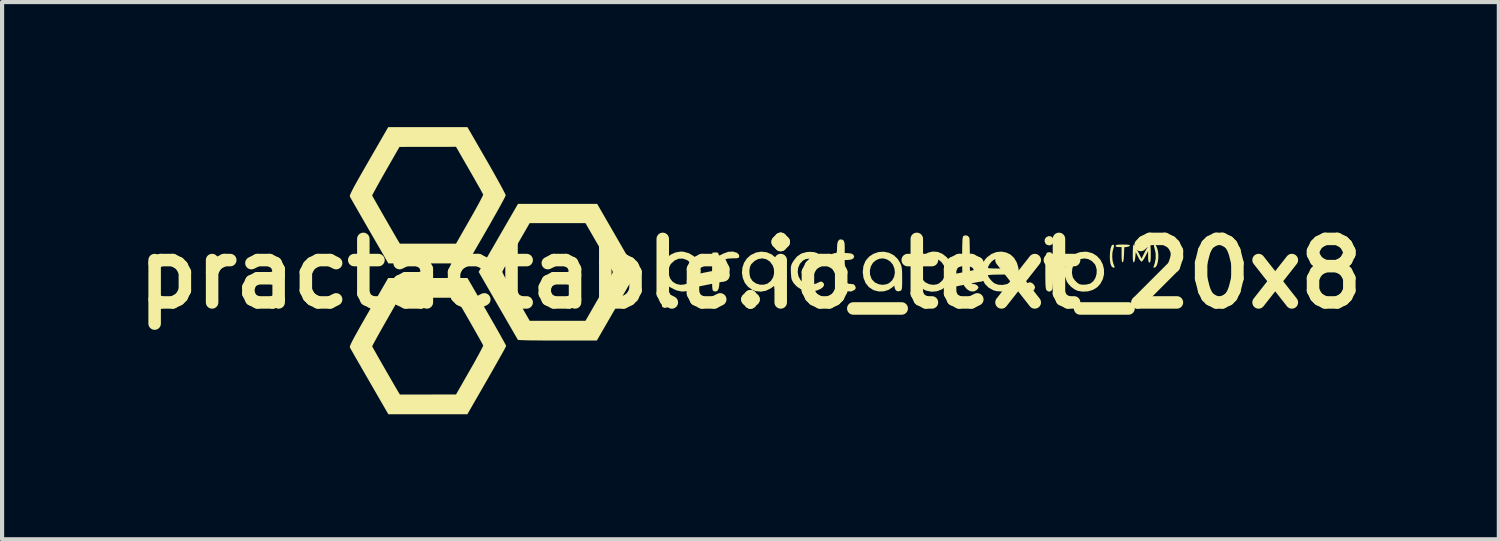
<source format=kicad_pcb>
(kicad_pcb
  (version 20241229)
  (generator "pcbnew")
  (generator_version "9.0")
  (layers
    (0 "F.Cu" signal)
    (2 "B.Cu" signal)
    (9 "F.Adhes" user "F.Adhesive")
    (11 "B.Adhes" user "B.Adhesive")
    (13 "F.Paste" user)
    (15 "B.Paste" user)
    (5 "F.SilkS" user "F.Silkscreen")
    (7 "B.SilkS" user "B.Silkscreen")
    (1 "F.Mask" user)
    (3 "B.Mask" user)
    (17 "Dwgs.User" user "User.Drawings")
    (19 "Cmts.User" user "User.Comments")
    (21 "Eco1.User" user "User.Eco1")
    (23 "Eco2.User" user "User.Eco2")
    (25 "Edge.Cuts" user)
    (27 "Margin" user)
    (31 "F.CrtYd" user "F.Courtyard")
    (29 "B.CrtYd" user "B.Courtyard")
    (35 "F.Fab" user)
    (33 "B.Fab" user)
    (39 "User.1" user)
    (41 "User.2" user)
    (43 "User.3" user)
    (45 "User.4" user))
  (footprint "practactable.io_text_20x8"
    (layer "F.Cu")
    (at 14.957 3.517)
    (property "Reference" "practactable.io_text_20x8" (at 0 0 0) (layer "F.SilkS") (effects (font (size 1.524 1.524) (thickness 0.3))))
    (attr board_only exclude_from_pos_files exclude_from_bom)
    (fp_poly (pts (xy 7.21 -0.894) (xy 7.247 -0.867) (xy 7.276 -0.81) (xy 7.273 -0.752) (xy 7.241 -0.705) (xy 7.186 -0.68) (xy 7.168 -0.679) (xy 7.115 -0.692) (xy 7.087 -0.711) (xy 7.058 -0.766) (xy 7.062 -0.827) (xy 7.092 -0.871) (xy 7.151 -0.902)) (stroke (width 0) (type solid)) (fill yes) (layer "F.SilkS"))
    (fp_poly (pts (xy 6.756 0.223) (xy 6.802 0.265) (xy 6.827 0.316) (xy 6.828 0.329) (xy 6.81 0.382) (xy 6.767 0.427) (xy 6.712 0.451) (xy 6.698 0.452) (xy 6.646 0.438) (xy 6.615 0.415) (xy 6.588 0.367) (xy 6.581 0.333) (xy 6.599 0.279) (xy 6.64 0.232) (xy 6.692 0.207) (xy 6.705 0.206)) (stroke (width 0) (type solid)) (fill yes) (layer "F.SilkS"))
    (fp_poly (pts (xy 8.724 -0.671) (xy 8.715 -0.623) (xy 8.709 -0.607) (xy 8.687 -0.52) (xy 8.68 -0.414) (xy 8.689 -0.31) (xy 8.71 -0.233) (xy 8.732 -0.179) (xy 8.738 -0.153) (xy 8.729 -0.145) (xy 8.711 -0.144) (xy 8.679 -0.16) (xy 8.657 -0.189) (xy 8.636 -0.25) (xy 8.625 -0.332) (xy 8.623 -0.425) (xy 8.628 -0.519) (xy 8.641 -0.601) (xy 8.661 -0.663) (xy 8.682 -0.691) (xy 8.712 -0.696)) (stroke (width 0) (type solid)) (fill yes) (layer "F.SilkS"))
    (fp_poly (pts (xy 9.725 -0.682) (xy 9.747 -0.639) (xy 9.757 -0.617) (xy 9.778 -0.537) (xy 9.787 -0.446) (xy 9.784 -0.353) (xy 9.771 -0.267) (xy 9.749 -0.198) (xy 9.718 -0.156) (xy 9.701 -0.148) (xy 9.671 -0.145) (xy 9.667 -0.148) (xy 9.673 -0.169) (xy 9.689 -0.216) (xy 9.697 -0.237) (xy 9.723 -0.36) (xy 9.722 -0.492) (xy 9.699 -0.592) (xy 9.681 -0.656) (xy 9.686 -0.69) (xy 9.709 -0.699)) (stroke (width 0) (type solid)) (fill yes) (layer "F.SilkS"))
    (fp_poly (pts (xy 9.028 -0.698) (xy 9.082 -0.692) (xy 9.105 -0.682) (xy 9.106 -0.674) (xy 9.082 -0.654) (xy 9.035 -0.642) (xy 9.033 -0.641) (xy 8.969 -0.635) (xy 8.963 -0.458) (xy 8.956 -0.356) (xy 8.945 -0.294) (xy 8.931 -0.272) (xy 8.918 -0.279) (xy 8.91 -0.313) (xy 8.906 -0.378) (xy 8.905 -0.451) (xy 8.905 -0.638) (xy 8.833 -0.638) (xy 8.78 -0.644) (xy 8.762 -0.666) (xy 8.761 -0.668) (xy 8.769 -0.684) (xy 8.796 -0.693) (xy 8.85 -0.698) (xy 8.937 -0.699) (xy 8.938 -0.699)) (stroke (width 0) (type solid)) (fill yes) (layer "F.SilkS"))
    (fp_poly (pts (xy 7.197 -0.512) (xy 7.22 -0.502) (xy 7.236 -0.479) (xy 7.248 -0.438) (xy 7.255 -0.375) (xy 7.258 -0.284) (xy 7.26 -0.16) (xy 7.26 -0.049) (xy 7.26 0.096) (xy 7.258 0.205) (xy 7.255 0.284) (xy 7.25 0.338) (xy 7.243 0.373) (xy 7.233 0.394) (xy 7.228 0.4) (xy 7.19 0.426) (xy 7.168 0.432) (xy 7.131 0.418) (xy 7.107 0.4) (xy 7.096 0.383) (xy 7.088 0.354) (xy 7.082 0.308) (xy 7.078 0.24) (xy 7.076 0.143) (xy 7.075 0.013) (xy 7.075 -0.049) (xy 7.075 -0.199) (xy 7.077 -0.313) (xy 7.082 -0.395) (xy 7.09 -0.452) (xy 7.103 -0.487) (xy 7.121 -0.506) (xy 7.145 -0.513) (xy 7.168 -0.514)) (stroke (width 0) (type solid)) (fill yes) (layer "F.SilkS"))
    (fp_poly (pts (xy -0.328 -0.503) (xy -0.284 -0.467) (xy -0.267 -0.424) (xy -0.281 -0.387) (xy -0.291 -0.378) (xy -0.324 -0.371) (xy -0.383 -0.368) (xy -0.433 -0.368) (xy -0.541 -0.362) (xy -0.632 -0.338) (xy -0.696 -0.298) (xy -0.718 -0.27) (xy -0.727 -0.234) (xy -0.734 -0.164) (xy -0.739 -0.07) (xy -0.741 0.04) (xy -0.741 0.045) (xy -0.743 0.182) (xy -0.75 0.284) (xy -0.763 0.354) (xy -0.784 0.399) (xy -0.813 0.422) (xy -0.835 0.428) (xy -0.881 0.42) (xy -0.902 0.405) (xy -0.911 0.379) (xy -0.917 0.326) (xy -0.921 0.241) (xy -0.922 0.122) (xy -0.921 -0.034) (xy -0.921 -0.064) (xy -0.915 -0.504) (xy -0.847 -0.51) (xy -0.797 -0.51) (xy -0.773 -0.491) (xy -0.767 -0.474) (xy -0.757 -0.441) (xy -0.753 -0.432) (xy -0.735 -0.44) (xy -0.691 -0.462) (xy -0.65 -0.483) (xy -0.533 -0.525) (xy -0.423 -0.531)) (stroke (width 0) (type solid)) (fill yes) (layer "F.SilkS"))
    (fp_poly (pts (xy 5.21 -0.909) (xy 5.247 -0.873) (xy 5.252 -0.859) (xy 5.256 -0.826) (xy 5.259 -0.758) (xy 5.261 -0.662) (xy 5.263 -0.543) (xy 5.265 -0.408) (xy 5.265 -0.307) (xy 5.265 -0.142) (xy 5.267 -0.013) (xy 5.27 0.083) (xy 5.276 0.152) (xy 5.285 0.199) (xy 5.299 0.227) (xy 5.317 0.241) (xy 5.341 0.246) (xy 5.36 0.247) (xy 5.408 0.26) (xy 5.45 0.291) (xy 5.471 0.327) (xy 5.471 0.331) (xy 5.458 0.358) (xy 5.43 0.391) (xy 5.367 0.426) (xy 5.29 0.424) (xy 5.255 0.412) (xy 5.194 0.371) (xy 5.137 0.306) (xy 5.102 0.24) (xy 5.095 0.2) (xy 5.089 0.123) (xy 5.084 0.012) (xy 5.081 -0.129) (xy 5.08 -0.296) (xy 5.08 -0.348) (xy 5.08 -0.514) (xy 5.081 -0.643) (xy 5.084 -0.741) (xy 5.087 -0.811) (xy 5.092 -0.858) (xy 5.099 -0.887) (xy 5.109 -0.903) (xy 5.111 -0.905) (xy 5.158 -0.921)) (stroke (width 0) (type solid)) (fill yes) (layer "F.SilkS"))
    (fp_poly (pts (xy 9.591 -0.688) (xy 9.599 -0.651) (xy 9.603 -0.582) (xy 9.605 -0.483) (xy 9.604 -0.385) (xy 9.6 -0.321) (xy 9.593 -0.284) (xy 9.582 -0.269) (xy 9.574 -0.267) (xy 9.557 -0.276) (xy 9.547 -0.308) (xy 9.542 -0.37) (xy 9.542 -0.406) (xy 9.541 -0.545) (xy 9.476 -0.416) (xy 9.44 -0.353) (xy 9.407 -0.307) (xy 9.385 -0.288) (xy 9.384 -0.288) (xy 9.362 -0.305) (xy 9.33 -0.35) (xy 9.301 -0.403) (xy 9.245 -0.519) (xy 9.234 -0.4) (xy 9.224 -0.33) (xy 9.21 -0.285) (xy 9.199 -0.272) (xy 9.186 -0.279) (xy 9.179 -0.311) (xy 9.174 -0.373) (xy 9.173 -0.471) (xy 9.173 -0.482) (xy 9.175 -0.579) (xy 9.18 -0.652) (xy 9.188 -0.692) (xy 9.193 -0.699) (xy 9.211 -0.682) (xy 9.241 -0.636) (xy 9.278 -0.569) (xy 9.299 -0.53) (xy 9.384 -0.36) (xy 9.468 -0.53) (xy 9.508 -0.604) (xy 9.543 -0.662) (xy 9.57 -0.695) (xy 9.578 -0.699)) (stroke (width 0) (type solid)) (fill yes) (layer "F.SilkS"))
    (fp_poly (pts (xy 2.213 -0.814) (xy 2.242 -0.785) (xy 2.258 -0.729) (xy 2.262 -0.638) (xy 2.262 -0.633) (xy 2.262 -0.494) (xy 2.336 -0.494) (xy 2.417 -0.484) (xy 2.47 -0.455) (xy 2.489 -0.412) (xy 2.489 -0.411) (xy 2.47 -0.368) (xy 2.417 -0.339) (xy 2.336 -0.329) (xy 2.262 -0.329) (xy 2.262 -0.082) (xy 2.265 0.042) (xy 2.273 0.131) (xy 2.291 0.191) (xy 2.32 0.226) (xy 2.363 0.243) (xy 2.417 0.247) (xy 2.472 0.254) (xy 2.503 0.281) (xy 2.514 0.301) (xy 2.527 0.343) (xy 2.513 0.373) (xy 2.491 0.393) (xy 2.418 0.427) (xy 2.33 0.423) (xy 2.273 0.403) (xy 2.2 0.36) (xy 2.146 0.301) (xy 2.109 0.22) (xy 2.087 0.112) (xy 2.078 -0.029) (xy 2.077 -0.092) (xy 2.077 -0.329) (xy 2.027 -0.329) (xy 1.972 -0.343) (xy 1.935 -0.376) (xy 1.925 -0.419) (xy 1.928 -0.427) (xy 1.96 -0.475) (xy 2.018 -0.493) (xy 2.031 -0.493) (xy 2.057 -0.497) (xy 2.07 -0.513) (xy 2.076 -0.552) (xy 2.077 -0.618) (xy 2.083 -0.719) (xy 2.102 -0.784) (xy 2.135 -0.817) (xy 2.166 -0.823)) (stroke (width 0) (type solid)) (fill yes) (layer "F.SilkS"))
    (fp_poly (pts (xy 8.085 -0.524) (xy 8.21 -0.489) (xy 8.314 -0.423) (xy 8.396 -0.334) (xy 8.452 -0.227) (xy 8.482 -0.11) (xy 8.484 0.012) (xy 8.455 0.132) (xy 8.395 0.244) (xy 8.321 0.325) (xy 8.22 0.388) (xy 8.099 0.424) (xy 7.967 0.431) (xy 7.846 0.41) (xy 7.769 0.372) (xy 7.688 0.31) (xy 7.62 0.235) (xy 7.591 0.188) (xy 7.544 0.057) (xy 7.538 -0.019) (xy 7.714 -0.019) (xy 7.73 0.07) (xy 7.741 0.099) (xy 7.784 0.161) (xy 7.84 0.217) (xy 7.895 0.252) (xy 7.898 0.253) (xy 7.97 0.265) (xy 8.058 0.261) (xy 8.14 0.241) (xy 8.158 0.234) (xy 8.228 0.179) (xy 8.278 0.098) (xy 8.305 0.002) (xy 8.308 -0.098) (xy 8.282 -0.193) (xy 8.262 -0.228) (xy 8.189 -0.306) (xy 8.1 -0.352) (xy 8.004 -0.366) (xy 7.909 -0.348) (xy 7.824 -0.299) (xy 7.757 -0.219) (xy 7.749 -0.204) (xy 7.721 -0.117) (xy 7.714 -0.019) (xy 7.538 -0.019) (xy 7.534 -0.073) (xy 7.557 -0.196) (xy 7.609 -0.308) (xy 7.687 -0.402) (xy 7.787 -0.473) (xy 7.906 -0.517) (xy 8.039 -0.528)) (stroke (width 0) (type solid)) (fill yes) (layer "F.SilkS"))
    (fp_poly (pts (xy 1.517 -0.519) (xy 1.589 -0.499) (xy 1.652 -0.466) (xy 1.73 -0.41) (xy 1.774 -0.355) (xy 1.783 -0.305) (xy 1.769 -0.278) (xy 1.734 -0.251) (xy 1.69 -0.254) (xy 1.631 -0.287) (xy 1.61 -0.303) (xy 1.525 -0.346) (xy 1.427 -0.363) (xy 1.332 -0.351) (xy 1.261 -0.317) (xy 1.188 -0.24) (xy 1.145 -0.145) (xy 1.133 -0.042) (xy 1.151 0.06) (xy 1.2 0.152) (xy 1.273 0.221) (xy 1.367 0.26) (xy 1.473 0.265) (xy 1.579 0.236) (xy 1.608 0.222) (xy 1.666 0.194) (xy 1.705 0.19) (xy 1.724 0.198) (xy 1.762 0.238) (xy 1.764 0.282) (xy 1.736 0.326) (xy 1.68 0.367) (xy 1.603 0.4) (xy 1.509 0.422) (xy 1.465 0.426) (xy 1.384 0.43) (xy 1.324 0.423) (xy 1.267 0.403) (xy 1.214 0.376) (xy 1.112 0.308) (xy 1.039 0.229) (xy 1.007 0.178) (xy 0.987 0.131) (xy 0.977 0.072) (xy 0.971 -0.013) (xy 0.97 -0.027) (xy 0.968 -0.113) (xy 0.972 -0.173) (xy 0.985 -0.22) (xy 1.01 -0.27) (xy 1.032 -0.307) (xy 1.117 -0.413) (xy 1.222 -0.484) (xy 1.348 -0.519) (xy 1.429 -0.524)) (stroke (width 0) (type solid)) (fill yes) (layer "F.SilkS"))
    (fp_poly (pts (xy 0.387 -0.514) (xy 0.508 -0.463) (xy 0.615 -0.377) (xy 0.668 -0.312) (xy 0.73 -0.223) (xy 0.73 0.087) (xy 0.73 0.208) (xy 0.728 0.294) (xy 0.724 0.352) (xy 0.717 0.388) (xy 0.706 0.409) (xy 0.694 0.419) (xy 0.647 0.429) (xy 0.606 0.406) (xy 0.582 0.355) (xy 0.58 0.344) (xy 0.573 0.291) (xy 0.482 0.355) (xy 0.372 0.409) (xy 0.249 0.431) (xy 0.127 0.419) (xy 0.045 0.389) (xy -0.059 0.315) (xy -0.136 0.218) (xy -0.184 0.104) (xy -0.204 -0.018) (xy -0.2 -0.07) (xy -0.026 -0.07) (xy -0.021 0.023) (xy -0.001 0.101) (xy 0.052 0.178) (xy 0.13 0.233) (xy 0.225 0.263) (xy 0.324 0.264) (xy 0.411 0.237) (xy 0.491 0.174) (xy 0.544 0.087) (xy 0.568 -0.014) (xy 0.561 -0.121) (xy 0.531 -0.204) (xy 0.465 -0.292) (xy 0.382 -0.346) (xy 0.289 -0.367) (xy 0.192 -0.354) (xy 0.099 -0.306) (xy 0.016 -0.225) (xy 0.014 -0.222) (xy -0.014 -0.157) (xy -0.026 -0.07) (xy -0.2 -0.07) (xy -0.194 -0.142) (xy -0.155 -0.26) (xy -0.086 -0.365) (xy 0.004 -0.445) (xy 0.13 -0.507) (xy 0.259 -0.529)) (stroke (width 0) (type solid)) (fill yes) (layer "F.SilkS"))
    (fp_poly (pts (xy 3.328 -0.5) (xy 3.441 -0.441) (xy 3.534 -0.352) (xy 3.59 -0.261) (xy 3.611 -0.213) (xy 3.625 -0.166) (xy 3.634 -0.112) (xy 3.638 -0.04) (xy 3.64 0.059) (xy 3.64 0.118) (xy 3.64 0.228) (xy 3.638 0.305) (xy 3.633 0.355) (xy 3.625 0.385) (xy 3.613 0.402) (xy 3.598 0.412) (xy 3.538 0.425) (xy 3.49 0.403) (xy 3.462 0.348) (xy 3.462 0.347) (xy 3.45 0.286) (xy 3.406 0.327) (xy 3.311 0.39) (xy 3.197 0.424) (xy 3.076 0.427) (xy 2.96 0.397) (xy 2.95 0.393) (xy 2.842 0.323) (xy 2.762 0.224) (xy 2.712 0.101) (xy 2.694 -0.041) (xy 2.694 -0.041) (xy 2.699 -0.082) (xy 2.866 -0.082) (xy 2.869 0.022) (xy 2.904 0.119) (xy 2.914 0.137) (xy 2.984 0.209) (xy 3.075 0.253) (xy 3.177 0.268) (xy 3.277 0.25) (xy 3.325 0.227) (xy 3.401 0.16) (xy 3.447 0.073) (xy 3.465 -0.025) (xy 3.454 -0.124) (xy 3.417 -0.217) (xy 3.352 -0.294) (xy 3.276 -0.342) (xy 3.186 -0.367) (xy 3.1 -0.36) (xy 3.021 -0.328) (xy 2.944 -0.267) (xy 2.891 -0.182) (xy 2.866 -0.082) (xy 2.699 -0.082) (xy 2.711 -0.187) (xy 2.762 -0.31) (xy 2.847 -0.409) (xy 2.946 -0.475) (xy 3.074 -0.52) (xy 3.204 -0.527)) (stroke (width 0) (type solid)) (fill yes) (layer "F.SilkS"))
    (fp_poly (pts (xy -3.207 -0.859) (xy -2.736 -0.042) (xy -3.211 0.781) (xy -3.686 1.604) (xy -4.629 1.604) (xy -4.822 1.604) (xy -5.001 1.603) (xy -5.164 1.601) (xy -5.306 1.6) (xy -5.423 1.597) (xy -5.51 1.594) (xy -5.564 1.591) (xy -5.58 1.589) (xy -5.592 1.568) (xy -5.622 1.516) (xy -5.669 1.435) (xy -5.73 1.329) (xy -5.803 1.203) (xy -5.886 1.059) (xy -5.977 0.901) (xy -6.056 0.765) (xy -6.521 -0.042) (xy -5.954 -0.042) (xy -5.944 -0.017) (xy -5.916 0.04) (xy -5.872 0.122) (xy -5.814 0.227) (xy -5.746 0.349) (xy -5.669 0.484) (xy -5.625 0.561) (xy -5.296 1.131) (xy -4.628 1.131) (xy -3.959 1.131) (xy -3.631 0.561) (xy -3.551 0.422) (xy -3.478 0.292) (xy -3.414 0.178) (xy -3.363 0.083) (xy -3.326 0.012) (xy -3.305 -0.03) (xy -3.302 -0.04) (xy -3.312 -0.065) (xy -3.34 -0.121) (xy -3.384 -0.204) (xy -3.441 -0.308) (xy -3.509 -0.43) (xy -3.586 -0.565) (xy -3.63 -0.643) (xy -3.959 -1.213) (xy -4.628 -1.213) (xy -5.298 -1.213) (xy -5.626 -0.644) (xy -5.706 -0.504) (xy -5.779 -0.375) (xy -5.843 -0.26) (xy -5.894 -0.165) (xy -5.931 -0.094) (xy -5.951 -0.051) (xy -5.954 -0.042) (xy -6.521 -0.042) (xy -6.522 -0.042) (xy -6.05 -0.859) (xy -5.578 -1.676) (xy -3.679 -1.676)) (stroke (width 0) (type solid)) (fill yes) (layer "F.SilkS"))
    (fp_poly (pts (xy -1.609 -0.527) (xy -1.475 -0.49) (xy -1.361 -0.421) (xy -1.273 -0.325) (xy -1.216 -0.208) (xy -1.193 -0.074) (xy -1.193 -0.06) (xy -1.209 0.085) (xy -1.256 0.209) (xy -1.327 0.308) (xy -1.419 0.38) (xy -1.528 0.421) (xy -1.648 0.429) (xy -1.775 0.4) (xy -1.839 0.371) (xy -1.954 0.311) (xy -1.954 0.527) (xy -1.956 0.621) (xy -1.961 0.703) (xy -1.969 0.761) (xy -1.975 0.783) (xy -2.012 0.815) (xy -2.064 0.821) (xy -2.112 0.801) (xy -2.114 0.798) (xy -2.123 0.775) (xy -2.13 0.724) (xy -2.135 0.642) (xy -2.137 0.526) (xy -2.139 0.373) (xy -2.139 0.31) (xy -2.139 0.159) (xy -2.138 0.043) (xy -2.135 -0.043) (xy -2.134 -0.062) (xy -1.962 -0.062) (xy -1.955 0.032) (xy -1.928 0.116) (xy -1.926 0.119) (xy -1.864 0.196) (xy -1.779 0.246) (xy -1.681 0.268) (xy -1.58 0.258) (xy -1.505 0.226) (xy -1.445 0.17) (xy -1.395 0.089) (xy -1.364 -0.000009) (xy -1.358 -0.05) (xy -1.375 -0.144) (xy -1.424 -0.235) (xy -1.494 -0.308) (xy -1.524 -0.328) (xy -1.625 -0.363) (xy -1.725 -0.359) (xy -1.821 -0.317) (xy -1.907 -0.237) (xy -1.921 -0.219) (xy -1.951 -0.151) (xy -1.962 -0.062) (xy -2.134 -0.062) (xy -2.131 -0.108) (xy -2.125 -0.156) (xy -2.116 -0.194) (xy -2.103 -0.229) (xy -2.089 -0.261) (xy -2.017 -0.37) (xy -1.919 -0.454) (xy -1.802 -0.509) (xy -1.676 -0.531)) (stroke (width 0) (type solid)) (fill yes) (layer "F.SilkS"))
    (fp_poly (pts (xy 6.133 -0.51) (xy 6.237 -0.46) (xy 6.324 -0.38) (xy 6.388 -0.274) (xy 6.404 -0.228) (xy 6.427 -0.146) (xy 6.437 -0.085) (xy 6.431 -0.041) (xy 6.404 -0.011) (xy 6.352 0.007) (xy 6.27 0.017) (xy 6.156 0.02) (xy 6.035 0.021) (xy 5.922 0.022) (xy 5.825 0.024) (xy 5.751 0.029) (xy 5.707 0.034) (xy 5.697 0.038) (xy 5.711 0.077) (xy 5.748 0.129) (xy 5.795 0.182) (xy 5.845 0.225) (xy 5.857 0.233) (xy 5.949 0.265) (xy 6.055 0.27) (xy 6.159 0.248) (xy 6.199 0.23) (xy 6.268 0.202) (xy 6.317 0.205) (xy 6.352 0.242) (xy 6.356 0.248) (xy 6.363 0.284) (xy 6.338 0.321) (xy 6.332 0.327) (xy 6.248 0.381) (xy 6.14 0.415) (xy 6.02 0.428) (xy 5.901 0.418) (xy 5.831 0.399) (xy 5.717 0.337) (xy 5.629 0.25) (xy 5.569 0.143) (xy 5.536 0.024) (xy 5.534 -0.1) (xy 5.542 -0.136) (xy 5.697 -0.136) (xy 5.716 -0.131) (xy 5.769 -0.128) (xy 5.849 -0.125) (xy 5.947 -0.124) (xy 5.984 -0.123) (xy 6.272 -0.123) (xy 6.252 -0.176) (xy 6.218 -0.253) (xy 6.183 -0.302) (xy 6.137 -0.335) (xy 6.129 -0.339) (xy 6.039 -0.366) (xy 5.938 -0.365) (xy 5.846 -0.338) (xy 5.83 -0.329) (xy 5.784 -0.289) (xy 5.739 -0.232) (xy 5.707 -0.174) (xy 5.697 -0.136) (xy 5.542 -0.136) (xy 5.563 -0.221) (xy 5.624 -0.334) (xy 5.676 -0.393) (xy 5.783 -0.473) (xy 5.899 -0.518) (xy 6.018 -0.53)) (stroke (width 0) (type solid)) (fill yes) (layer "F.SilkS"))
    (fp_poly (pts (xy 4.026 -0.913) (xy 4.042 -0.897) (xy 4.052 -0.869) (xy 4.06 -0.821) (xy 4.064 -0.747) (xy 4.068 -0.641) (xy 4.071 -0.545) (xy 4.075 -0.466) (xy 4.08 -0.412) (xy 4.085 -0.391) (xy 4.085 -0.391) (xy 4.107 -0.403) (xy 4.147 -0.433) (xy 4.157 -0.441) (xy 4.263 -0.505) (xy 4.377 -0.532) (xy 4.495 -0.522) (xy 4.608 -0.475) (xy 4.71 -0.394) (xy 4.796 -0.279) (xy 4.844 -0.153) (xy 4.855 -0.024) (xy 4.829 0.105) (xy 4.764 0.225) (xy 4.708 0.291) (xy 4.599 0.374) (xy 4.476 0.422) (xy 4.346 0.433) (xy 4.217 0.407) (xy 4.185 0.393) (xy 4.081 0.327) (xy 3.994 0.235) (xy 3.938 0.135) (xy 3.928 0.1) (xy 3.92 0.054) (xy 3.915 -0.007) (xy 3.912 -0.082) (xy 4.078 -0.082) (xy 4.081 0.02) (xy 4.117 0.119) (xy 4.128 0.138) (xy 4.195 0.207) (xy 4.284 0.251) (xy 4.381 0.268) (xy 4.476 0.255) (xy 4.531 0.229) (xy 4.61 0.157) (xy 4.657 0.071) (xy 4.676 -0.023) (xy 4.668 -0.117) (xy 4.636 -0.205) (xy 4.582 -0.28) (xy 4.509 -0.336) (xy 4.418 -0.365) (xy 4.327 -0.364) (xy 4.232 -0.329) (xy 4.157 -0.265) (xy 4.105 -0.18) (xy 4.078 -0.082) (xy 3.912 -0.082) (xy 3.912 -0.09) (xy 3.911 -0.201) (xy 3.911 -0.344) (xy 3.912 -0.419) (xy 3.914 -0.572) (xy 3.917 -0.688) (xy 3.92 -0.774) (xy 3.925 -0.833) (xy 3.931 -0.873) (xy 3.939 -0.896) (xy 3.949 -0.91) (xy 3.954 -0.913) (xy 3.998 -0.925)) (stroke (width 0) (type solid)) (fill yes) (layer "F.SilkS"))
    (fp_poly (pts (xy -6.326 0.907) (xy -6.231 1.073) (xy -6.141 1.229) (xy -6.061 1.37) (xy -5.991 1.494) (xy -5.935 1.595) (xy -5.893 1.671) (xy -5.868 1.719) (xy -5.862 1.733) (xy -5.872 1.755) (xy -5.9 1.809) (xy -5.945 1.891) (xy -6.005 1.997) (xy -6.077 2.125) (xy -6.159 2.27) (xy -6.249 2.428) (xy -6.327 2.564) (xy -6.793 3.373) (xy -7.741 3.373) (xy -8.689 3.373) (xy -9.142 2.589) (xy -9.237 2.424) (xy -9.326 2.27) (xy -9.407 2.129) (xy -9.478 2.006) (xy -9.536 1.904) (xy -9.579 1.828) (xy -9.606 1.781) (xy -9.613 1.768) (xy -9.613 1.751) (xy -9.611 1.744) (xy -9.077 1.744) (xy -9.066 1.764) (xy -9.038 1.815) (xy -8.995 1.891) (xy -8.941 1.986) (xy -8.878 2.096) (xy -8.81 2.215) (xy -8.74 2.337) (xy -8.67 2.458) (xy -8.604 2.573) (xy -8.545 2.675) (xy -8.496 2.759) (xy -8.459 2.822) (xy -8.44 2.854) (xy -8.411 2.9) (xy -7.065 2.898) (xy -6.736 2.323) (xy -6.656 2.183) (xy -6.584 2.053) (xy -6.521 1.939) (xy -6.471 1.844) (xy -6.435 1.774) (xy -6.415 1.732) (xy -6.413 1.722) (xy -6.425 1.699) (xy -6.454 1.644) (xy -6.499 1.563) (xy -6.558 1.46) (xy -6.626 1.339) (xy -6.703 1.205) (xy -6.742 1.136) (xy -7.065 0.576) (xy -7.743 0.577) (xy -8.422 0.577) (xy -8.751 1.153) (xy -8.831 1.293) (xy -8.903 1.422) (xy -8.966 1.535) (xy -9.017 1.628) (xy -9.054 1.696) (xy -9.074 1.736) (xy -9.077 1.744) (xy -9.611 1.744) (xy -9.603 1.72) (xy -9.582 1.672) (xy -9.549 1.605) (xy -9.501 1.515) (xy -9.437 1.4) (xy -9.357 1.257) (xy -9.258 1.083) (xy -9.162 0.916) (xy -8.692 0.103) (xy -6.791 0.103)) (stroke (width 0) (type solid)) (fill yes) (layer "F.SilkS"))
    (fp_poly (pts (xy -6.331 -2.72) (xy -6.236 -2.554) (xy -6.147 -2.397) (xy -6.068 -2.255) (xy -5.999 -2.13) (xy -5.943 -2.026) (xy -5.902 -1.947) (xy -5.878 -1.898) (xy -5.872 -1.882) (xy -5.883 -1.856) (xy -5.911 -1.798) (xy -5.957 -1.713) (xy -6.017 -1.603) (xy -6.089 -1.473) (xy -6.172 -1.327) (xy -6.262 -1.167) (xy -6.333 -1.044) (xy -6.794 -0.247) (xy -7.742 -0.247) (xy -8.689 -0.247) (xy -9.142 -1.03) (xy -9.237 -1.195) (xy -9.326 -1.35) (xy -9.407 -1.491) (xy -9.478 -1.614) (xy -9.536 -1.715) (xy -9.579 -1.792) (xy -9.606 -1.839) (xy -9.613 -1.852) (xy -9.613 -1.868) (xy -9.611 -1.876) (xy -9.077 -1.876) (xy -9.066 -1.855) (xy -9.038 -1.805) (xy -8.995 -1.729) (xy -8.941 -1.634) (xy -8.878 -1.524) (xy -8.81 -1.405) (xy -8.74 -1.283) (xy -8.67 -1.162) (xy -8.604 -1.047) (xy -8.545 -0.945) (xy -8.496 -0.86) (xy -8.459 -0.798) (xy -8.44 -0.766) (xy -8.411 -0.72) (xy -7.738 -0.72) (xy -7.065 -0.721) (xy -6.736 -1.297) (xy -6.656 -1.437) (xy -6.584 -1.567) (xy -6.521 -1.681) (xy -6.471 -1.776) (xy -6.435 -1.846) (xy -6.416 -1.888) (xy -6.413 -1.898) (xy -6.425 -1.921) (xy -6.454 -1.976) (xy -6.499 -2.057) (xy -6.558 -2.16) (xy -6.626 -2.281) (xy -6.703 -2.415) (xy -6.742 -2.483) (xy -7.065 -3.044) (xy -7.743 -3.043) (xy -8.422 -3.042) (xy -8.751 -2.467) (xy -8.831 -2.327) (xy -8.903 -2.198) (xy -8.966 -2.085) (xy -9.017 -1.992) (xy -9.054 -1.924) (xy -9.074 -1.884) (xy -9.077 -1.876) (xy -9.611 -1.876) (xy -9.604 -1.899) (xy -9.583 -1.946) (xy -9.55 -2.013) (xy -9.503 -2.102) (xy -9.44 -2.215) (xy -9.36 -2.357) (xy -9.262 -2.528) (xy -9.161 -2.704) (xy -8.692 -3.517) (xy -6.791 -3.517)) (stroke (width 0) (type solid)) (fill yes) (layer "F.SilkS")))
  (gr_rect
    (start -3 -3)
    (end 32.914 9.89)
    (stroke (width 0.1) (type default))
    (fill no)
    (layer "Edge.Cuts")))
</source>
